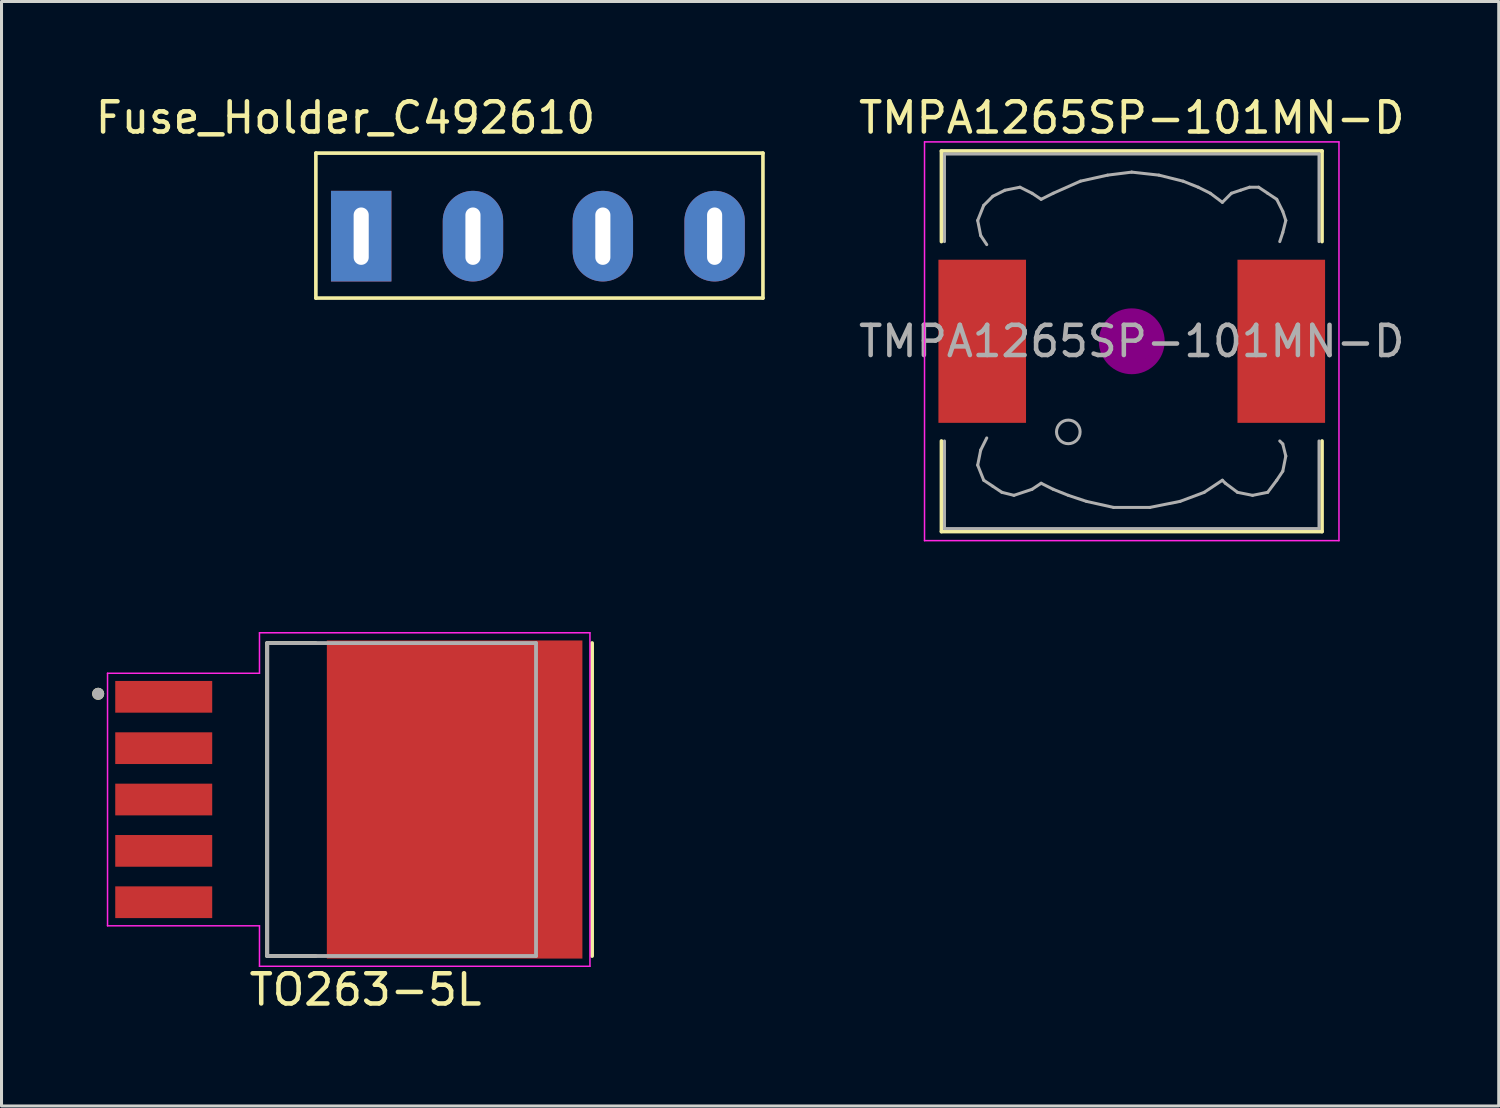
<source format=kicad_pcb>
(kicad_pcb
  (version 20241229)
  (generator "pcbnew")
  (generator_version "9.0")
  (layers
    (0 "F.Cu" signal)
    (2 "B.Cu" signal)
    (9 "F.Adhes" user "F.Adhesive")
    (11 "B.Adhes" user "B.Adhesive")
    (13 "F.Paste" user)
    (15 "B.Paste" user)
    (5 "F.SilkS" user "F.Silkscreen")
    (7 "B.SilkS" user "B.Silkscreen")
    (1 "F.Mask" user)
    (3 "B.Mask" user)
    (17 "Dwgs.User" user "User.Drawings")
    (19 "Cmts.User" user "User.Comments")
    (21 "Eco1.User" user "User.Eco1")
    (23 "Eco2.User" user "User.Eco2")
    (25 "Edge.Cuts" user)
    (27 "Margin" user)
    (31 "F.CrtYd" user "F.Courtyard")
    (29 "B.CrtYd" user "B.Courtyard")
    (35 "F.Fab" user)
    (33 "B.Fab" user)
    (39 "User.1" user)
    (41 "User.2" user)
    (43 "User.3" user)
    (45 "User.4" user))
  (footprint "Fuse_Holder_C492610"
    (layer "F.Cu")
    (at 7.407 2.018)
    (property "Reference" "Fuse_Holder_C492610" (at 0.98 -1.17 0) (layer "F.SilkS") (effects (font (size 1 1) (thickness 0.15))))
    (attr through_hole)
    (fp_line (start 0 0) (end 0 4.8) (stroke (width 0.12) (type solid)) (layer "F.SilkS"))
    (fp_line (start 0 0) (end 14.8 0) (stroke (width 0.12) (type solid)) (layer "F.SilkS"))
    (fp_line (start 0 4.8) (end 14.8 4.8) (stroke (width 0.12) (type solid)) (layer "F.SilkS"))
    (fp_line (start 14.8 0) (end 14.8 4.8) (stroke (width 0.12) (type solid)) (layer "F.SilkS"))
    (pad "1" thru_hole rect (at 1.5 2.75 90) (size 3 2) (drill oval 1.9 0.5) (layers "*.Cu" "*.Mask"))
    (pad "1" thru_hole oval (at 5.2 2.75 90) (size 3 2) (drill oval 1.9 0.5) (layers "*.Cu" "*.Mask"))
    (pad "2" thru_hole oval (at 9.5 2.75 90) (size 3 2) (drill oval 1.9 0.5) (layers "*.Cu" "*.Mask"))
    (pad "2" thru_hole oval (at 13.2 2.75 90) (size 3 2) (drill oval 1.9 0.5) (layers "*.Cu" "*.Mask")))
  (footprint "TO263-5L"
    (layer "F.Cu")
    (at 8.5 23.418)
    (property "Reference" "TO263-5L" (at 0.55 6.296 180) (layer "F.SilkS") (effects (font (size 1 1) (thickness 0.15))))
    (attr smd)
    (fp_line (start -2.705 -5.18) (end -2.705 5.18) (stroke (width 0.127) (type solid)) (layer "F.SilkS"))
    (fp_line (start -1.1 -5.18) (end -2.705 -5.18) (stroke (width 0.127) (type solid)) (layer "F.SilkS"))
    (fp_line (start -1.1 5.18) (end -2.705 5.18) (stroke (width 0.127) (type solid)) (layer "F.SilkS"))
    (fp_line (start 8.05 -5.18) (end 8.05 5.18) (stroke (width 0.127) (type solid)) (layer "F.SilkS"))
    (fp_circle (center -8.3 -3.5) (end -8.2 -3.5) (stroke (width 0.2) (type solid)) (fill no) (layer "F.SilkS"))
    (fp_poly (pts (xy -0.31 -4.93) (xy 0.95 -4.93) (xy 0.95 -3.51) (xy -0.31 -3.51)) (stroke (width 0.01) (type solid)) (fill yes) (layer "F.Paste"))
    (fp_poly (pts (xy -0.31 -2.82) (xy 0.95 -2.82) (xy 0.95 -1.4) (xy -0.31 -1.4)) (stroke (width 0.01) (type solid)) (fill yes) (layer "F.Paste"))
    (fp_poly (pts (xy -0.31 -0.71) (xy 0.95 -0.71) (xy 0.95 0.71) (xy -0.31 0.71)) (stroke (width 0.01) (type solid)) (fill yes) (layer "F.Paste"))
    (fp_poly (pts (xy -0.31 1.4) (xy 0.95 1.4) (xy 0.95 2.82) (xy -0.31 2.82)) (stroke (width 0.01) (type solid)) (fill yes) (layer "F.Paste"))
    (fp_poly (pts (xy -0.31 3.51) (xy 0.95 3.51) (xy 0.95 4.93) (xy -0.31 4.93)) (stroke (width 0.01) (type solid)) (fill yes) (layer "F.Paste"))
    (fp_poly (pts (xy 1.81 -4.93) (xy 3.07 -4.93) (xy 3.07 -3.51) (xy 1.81 -3.51)) (stroke (width 0.01) (type solid)) (fill yes) (layer "F.Paste"))
    (fp_poly (pts (xy 1.81 -2.82) (xy 3.07 -2.82) (xy 3.07 -1.4) (xy 1.81 -1.4)) (stroke (width 0.01) (type solid)) (fill yes) (layer "F.Paste"))
    (fp_poly (pts (xy 1.81 -0.71) (xy 3.07 -0.71) (xy 3.07 0.71) (xy 1.81 0.71)) (stroke (width 0.01) (type solid)) (fill yes) (layer "F.Paste"))
    (fp_poly (pts (xy 1.81 1.4) (xy 3.07 1.4) (xy 3.07 2.82) (xy 1.81 2.82)) (stroke (width 0.01) (type solid)) (fill yes) (layer "F.Paste"))
    (fp_poly (pts (xy 1.81 3.51) (xy 3.07 3.51) (xy 3.07 4.93) (xy 1.81 4.93)) (stroke (width 0.01) (type solid)) (fill yes) (layer "F.Paste"))
    (fp_poly (pts (xy 3.93 -4.93) (xy 5.19 -4.93) (xy 5.19 -3.51) (xy 3.93 -3.51)) (stroke (width 0.01) (type solid)) (fill yes) (layer "F.Paste"))
    (fp_poly (pts (xy 3.93 -2.82) (xy 5.19 -2.82) (xy 5.19 -1.4) (xy 3.93 -1.4)) (stroke (width 0.01) (type solid)) (fill yes) (layer "F.Paste"))
    (fp_poly (pts (xy 3.93 -0.71) (xy 5.19 -0.71) (xy 5.19 0.71) (xy 3.93 0.71)) (stroke (width 0.01) (type solid)) (fill yes) (layer "F.Paste"))
    (fp_poly (pts (xy 3.93 1.4) (xy 5.19 1.4) (xy 5.19 2.82) (xy 3.93 2.82)) (stroke (width 0.01) (type solid)) (fill yes) (layer "F.Paste"))
    (fp_poly (pts (xy 3.93 3.51) (xy 5.19 3.51) (xy 5.19 4.93) (xy 3.93 4.93)) (stroke (width 0.01) (type solid)) (fill yes) (layer "F.Paste"))
    (fp_poly (pts (xy 6.05 -4.93) (xy 7.31 -4.93) (xy 7.31 -3.51) (xy 6.05 -3.51)) (stroke (width 0.01) (type solid)) (fill yes) (layer "F.Paste"))
    (fp_poly (pts (xy 6.05 -2.82) (xy 7.31 -2.82) (xy 7.31 -1.4) (xy 6.05 -1.4)) (stroke (width 0.01) (type solid)) (fill yes) (layer "F.Paste"))
    (fp_poly (pts (xy 6.05 -0.71) (xy 7.31 -0.71) (xy 7.31 0.71) (xy 6.05 0.71)) (stroke (width 0.01) (type solid)) (fill yes) (layer "F.Paste"))
    (fp_poly (pts (xy 6.05 1.4) (xy 7.31 1.4) (xy 7.31 2.82) (xy 6.05 2.82)) (stroke (width 0.01) (type solid)) (fill yes) (layer "F.Paste"))
    (fp_poly (pts (xy 6.05 3.51) (xy 7.31 3.51) (xy 7.31 4.93) (xy 6.05 4.93)) (stroke (width 0.01) (type solid)) (fill yes) (layer "F.Paste"))
    (fp_line (start -7.99 -4.18) (end -7.99 4.18) (stroke (width 0.05) (type solid)) (layer "F.CrtYd"))
    (fp_line (start -7.99 4.18) (end -2.96 4.18) (stroke (width 0.05) (type solid)) (layer "F.CrtYd"))
    (fp_line (start -2.96 -5.52) (end -2.96 -4.18) (stroke (width 0.05) (type solid)) (layer "F.CrtYd"))
    (fp_line (start -2.96 -4.18) (end -7.99 -4.18) (stroke (width 0.05) (type solid)) (layer "F.CrtYd"))
    (fp_line (start -2.96 4.18) (end -2.96 5.52) (stroke (width 0.05) (type solid)) (layer "F.CrtYd"))
    (fp_line (start -2.96 5.52) (end 7.98 5.52) (stroke (width 0.05) (type solid)) (layer "F.CrtYd"))
    (fp_line (start 7.98 -5.52) (end -2.96 -5.52) (stroke (width 0.05) (type solid)) (layer "F.CrtYd"))
    (fp_line (start 7.98 5.52) (end 7.98 -5.52) (stroke (width 0.05) (type solid)) (layer "F.CrtYd"))
    (fp_line (start -2.705 -5.18) (end -2.705 5.18) (stroke (width 0.127) (type solid)) (layer "F.Fab"))
    (fp_line (start -2.705 5.18) (end 6.195 5.18) (stroke (width 0.127) (type solid)) (layer "F.Fab"))
    (fp_line (start 6.195 -5.18) (end -2.705 -5.18) (stroke (width 0.127) (type solid)) (layer "F.Fab"))
    (fp_line (start 6.195 5.18) (end 6.195 -5.18) (stroke (width 0.127) (type solid)) (layer "F.Fab"))
    (fp_circle (center -8.3 -3.5) (end -8.2 -3.5) (stroke (width 0.2) (type solid)) (fill no) (layer "F.Fab"))
    (pad "1" smd rect (at -6.13 -3.4) (size 3.21 1.05) (layers "F.Cu" "F.Mask" "F.Paste"))
    (pad "2" smd rect (at -6.13 -1.7) (size 3.21 1.05) (layers "F.Cu" "F.Mask" "F.Paste"))
    (pad "3" smd rect (at -6.13 0) (size 3.21 1.05) (layers "F.Cu" "F.Mask" "F.Paste"))
    (pad "4" smd rect (at -6.13 1.7) (size 3.21 1.05) (layers "F.Cu" "F.Mask" "F.Paste"))
    (pad "5" smd rect (at -6.13 3.4) (size 3.21 1.05) (layers "F.Cu" "F.Mask" "F.Paste"))
    (pad "6" smd rect (at 3.5 0) (size 8.46 10.53) (layers "F.Cu" "F.Mask")))
  (footprint "TMPA1265SP-101MN-D"
    (layer "F.Cu")
    (at 34.416 8.248)
    (property "Reference" "TMPA1265SP-101MN-D" (at 0 -7.4 0) (layer "F.SilkS") (effects (font (size 1 1) (thickness 0.15))))
    (attr smd)
    (fp_line (start -6.3 -6.3) (end 6.3 -6.3) (stroke (width 0.12) (type solid)) (layer "F.SilkS"))
    (fp_line (start -6.3 -3.3) (end -6.3 -6.3) (stroke (width 0.12) (type solid)) (layer "F.SilkS"))
    (fp_line (start -6.3 6.3) (end -6.3 3.3) (stroke (width 0.12) (type solid)) (layer "F.SilkS"))
    (fp_line (start 6.3 -6.3) (end 6.3 -3.3) (stroke (width 0.12) (type solid)) (layer "F.SilkS"))
    (fp_line (start 6.3 3.3) (end 6.3 6.3) (stroke (width 0.12) (type solid)) (layer "F.SilkS"))
    (fp_line (start 6.3 6.3) (end -6.3 6.3) (stroke (width 0.12) (type solid)) (layer "F.SilkS"))
    (fp_circle (center 0 0) (end 0.15 0.15) (stroke (width 0.38) (type solid)) (fill no) (layer "F.Adhes"))
    (fp_circle (center 0 0) (end 0.55 0) (stroke (width 0.38) (type solid)) (fill no) (layer "F.Adhes"))
    (fp_circle (center 0 0) (end 0.9 0) (stroke (width 0.38) (type solid)) (fill no) (layer "F.Adhes"))
    (fp_line (start -6.86 -6.6) (end 6.86 -6.6) (stroke (width 0.05) (type solid)) (layer "F.CrtYd"))
    (fp_line (start -6.86 6.6) (end -6.86 -6.6) (stroke (width 0.05) (type solid)) (layer "F.CrtYd"))
    (fp_line (start 6.86 -6.6) (end 6.86 6.6) (stroke (width 0.05) (type solid)) (layer "F.CrtYd"))
    (fp_line (start 6.86 6.6) (end -6.86 6.6) (stroke (width 0.05) (type solid)) (layer "F.CrtYd"))
    (fp_line (start -6.2 -6.2) (end -6.2 -3.3) (stroke (width 0.1) (type solid)) (layer "F.Fab"))
    (fp_line (start -6.2 3.3) (end -6.2 6.2) (stroke (width 0.1) (type solid)) (layer "F.Fab"))
    (fp_line (start -6.2 6.2) (end 6.2 6.2) (stroke (width 0.1) (type solid)) (layer "F.Fab"))
    (fp_line (start -5.1 -4) (end -5 -3.5) (stroke (width 0.1) (type solid)) (layer "F.Fab"))
    (fp_line (start -5.1 4.1) (end -5 3.6) (stroke (width 0.1) (type solid)) (layer "F.Fab"))
    (fp_line (start -5 -3.5) (end -4.8 -3.2) (stroke (width 0.1) (type solid)) (layer "F.Fab"))
    (fp_line (start -5 3.6) (end -4.8 3.2) (stroke (width 0.1) (type solid)) (layer "F.Fab"))
    (fp_line (start -4.9 -4.5) (end -5.1 -4) (stroke (width 0.1) (type solid)) (layer "F.Fab"))
    (fp_line (start -4.9 4.6) (end -5.1 4.1) (stroke (width 0.1) (type solid)) (layer "F.Fab"))
    (fp_line (start -4.6 -4.8) (end -4.9 -4.5) (stroke (width 0.1) (type solid)) (layer "F.Fab"))
    (fp_line (start -4.6 4.8) (end -4.9 4.6) (stroke (width 0.1) (type solid)) (layer "F.Fab"))
    (fp_line (start -4.3 5) (end -4.6 4.8) (stroke (width 0.1) (type solid)) (layer "F.Fab"))
    (fp_line (start -4.2 -5) (end -4.6 -4.8) (stroke (width 0.1) (type solid)) (layer "F.Fab"))
    (fp_line (start -3.9 5.1) (end -4.3 5) (stroke (width 0.1) (type solid)) (layer "F.Fab"))
    (fp_line (start -3.7 -5.1) (end -4.2 -5) (stroke (width 0.1) (type solid)) (layer "F.Fab"))
    (fp_line (start -3.3 -4.9) (end -3.7 -5.1) (stroke (width 0.1) (type solid)) (layer "F.Fab"))
    (fp_line (start -3.3 4.9) (end -3.9 5.1) (stroke (width 0.1) (type solid)) (layer "F.Fab"))
    (fp_line (start -3 -4.7) (end -3.3 -4.9) (stroke (width 0.1) (type solid)) (layer "F.Fab"))
    (fp_line (start -3 4.7) (end -3.3 4.9) (stroke (width 0.1) (type solid)) (layer "F.Fab"))
    (fp_line (start -2.6 -4.9) (end -3 -4.7) (stroke (width 0.1) (type solid)) (layer "F.Fab"))
    (fp_line (start -2.6 4.9) (end -3 4.7) (stroke (width 0.1) (type solid)) (layer "F.Fab"))
    (fp_line (start -2.1 5.1) (end -2.6 4.9) (stroke (width 0.1) (type solid)) (layer "F.Fab"))
    (fp_line (start -1.7 -5.3) (end -2.6 -4.9) (stroke (width 0.1) (type solid)) (layer "F.Fab"))
    (fp_line (start -1.5 5.3) (end -2.1 5.1) (stroke (width 0.1) (type solid)) (layer "F.Fab"))
    (fp_line (start -0.8 -5.5) (end -1.7 -5.3) (stroke (width 0.1) (type solid)) (layer "F.Fab"))
    (fp_line (start -0.6 5.5) (end -1.5 5.3) (stroke (width 0.1) (type solid)) (layer "F.Fab"))
    (fp_line (start 0 -5.6) (end -0.8 -5.5) (stroke (width 0.1) (type solid)) (layer "F.Fab"))
    (fp_line (start 0.6 5.5) (end -0.6 5.5) (stroke (width 0.1) (type solid)) (layer "F.Fab"))
    (fp_line (start 0.9 -5.5) (end 0 -5.6) (stroke (width 0.1) (type solid)) (layer "F.Fab"))
    (fp_line (start 1.6 5.3) (end 0.6 5.5) (stroke (width 0.1) (type solid)) (layer "F.Fab"))
    (fp_line (start 1.7 -5.3) (end 0.9 -5.5) (stroke (width 0.1) (type solid)) (layer "F.Fab"))
    (fp_line (start 2.2 -5.1) (end 1.7 -5.3) (stroke (width 0.1) (type solid)) (layer "F.Fab"))
    (fp_line (start 2.4 5) (end 1.6 5.3) (stroke (width 0.1) (type solid)) (layer "F.Fab"))
    (fp_line (start 2.6 -4.9) (end 2.2 -5.1) (stroke (width 0.1) (type solid)) (layer "F.Fab"))
    (fp_line (start 3 -4.6) (end 2.6 -4.9) (stroke (width 0.1) (type solid)) (layer "F.Fab"))
    (fp_line (start 3 4.6) (end 2.4 5) (stroke (width 0.1) (type solid)) (layer "F.Fab"))
    (fp_line (start 3.1 4.7) (end 3 4.6) (stroke (width 0.1) (type solid)) (layer "F.Fab"))
    (fp_line (start 3.3 -4.9) (end 3 -4.6) (stroke (width 0.1) (type solid)) (layer "F.Fab"))
    (fp_line (start 3.5 5) (end 3.1 4.7) (stroke (width 0.1) (type solid)) (layer "F.Fab"))
    (fp_line (start 3.6 -5) (end 3.3 -4.9) (stroke (width 0.1) (type solid)) (layer "F.Fab"))
    (fp_line (start 3.9 -5.1) (end 3.6 -5) (stroke (width 0.1) (type solid)) (layer "F.Fab"))
    (fp_line (start 4 5.1) (end 3.5 5) (stroke (width 0.1) (type solid)) (layer "F.Fab"))
    (fp_line (start 4.2 -5.1) (end 3.9 -5.1) (stroke (width 0.1) (type solid)) (layer "F.Fab"))
    (fp_line (start 4.5 -4.9) (end 4.2 -5.1) (stroke (width 0.1) (type solid)) (layer "F.Fab"))
    (fp_line (start 4.5 5) (end 4 5.1) (stroke (width 0.1) (type solid)) (layer "F.Fab"))
    (fp_line (start 4.8 -4.7) (end 4.5 -4.9) (stroke (width 0.1) (type solid)) (layer "F.Fab"))
    (fp_line (start 4.8 4.6) (end 4.5 5) (stroke (width 0.1) (type solid)) (layer "F.Fab"))
    (fp_line (start 4.9 -3.3) (end 5 -3.6) (stroke (width 0.1) (type solid)) (layer "F.Fab"))
    (fp_line (start 4.9 3.3) (end 5 3.4) (stroke (width 0.1) (type solid)) (layer "F.Fab"))
    (fp_line (start 5 -4.3) (end 4.8 -4.7) (stroke (width 0.1) (type solid)) (layer "F.Fab"))
    (fp_line (start 5 -3.6) (end 5.1 -4) (stroke (width 0.1) (type solid)) (layer "F.Fab"))
    (fp_line (start 5 3.4) (end 5.1 3.8) (stroke (width 0.1) (type solid)) (layer "F.Fab"))
    (fp_line (start 5 4.3) (end 4.8 4.6) (stroke (width 0.1) (type solid)) (layer "F.Fab"))
    (fp_line (start 5.1 -4) (end 5 -4.3) (stroke (width 0.1) (type solid)) (layer "F.Fab"))
    (fp_line (start 5.1 3.8) (end 5 4.3) (stroke (width 0.1) (type solid)) (layer "F.Fab"))
    (fp_line (start 6.2 -6.2) (end -6.2 -6.2) (stroke (width 0.1) (type solid)) (layer "F.Fab"))
    (fp_line (start 6.2 -6.2) (end 6.2 -3.3) (stroke (width 0.1) (type solid)) (layer "F.Fab"))
    (fp_line (start 6.2 6.2) (end 6.2 3.3) (stroke (width 0.1) (type solid)) (layer "F.Fab"))
    (fp_circle (center -2.1 3) (end -1.8 3.25) (stroke (width 0.1) (type solid)) (fill no) (layer "F.Fab"))
    (fp_text user "${REFERENCE}" (at 0 0 0) (layer "F.Fab") (effects (font (size 1 1) (thickness 0.15))))
    (pad "1" smd rect (at -4.95 0) (size 2.9 5.4) (layers "F.Cu" "F.Mask" "F.Paste"))
    (pad "2" smd rect (at 4.95 0) (size 2.9 5.4) (layers "F.Cu" "F.Mask" "F.Paste")))
  (gr_rect
    (start -3 -3)
    (end 46.565 33.562)
    (stroke (width 0.1) (type default))
    (fill no)
    (layer "Edge.Cuts")))
</source>
